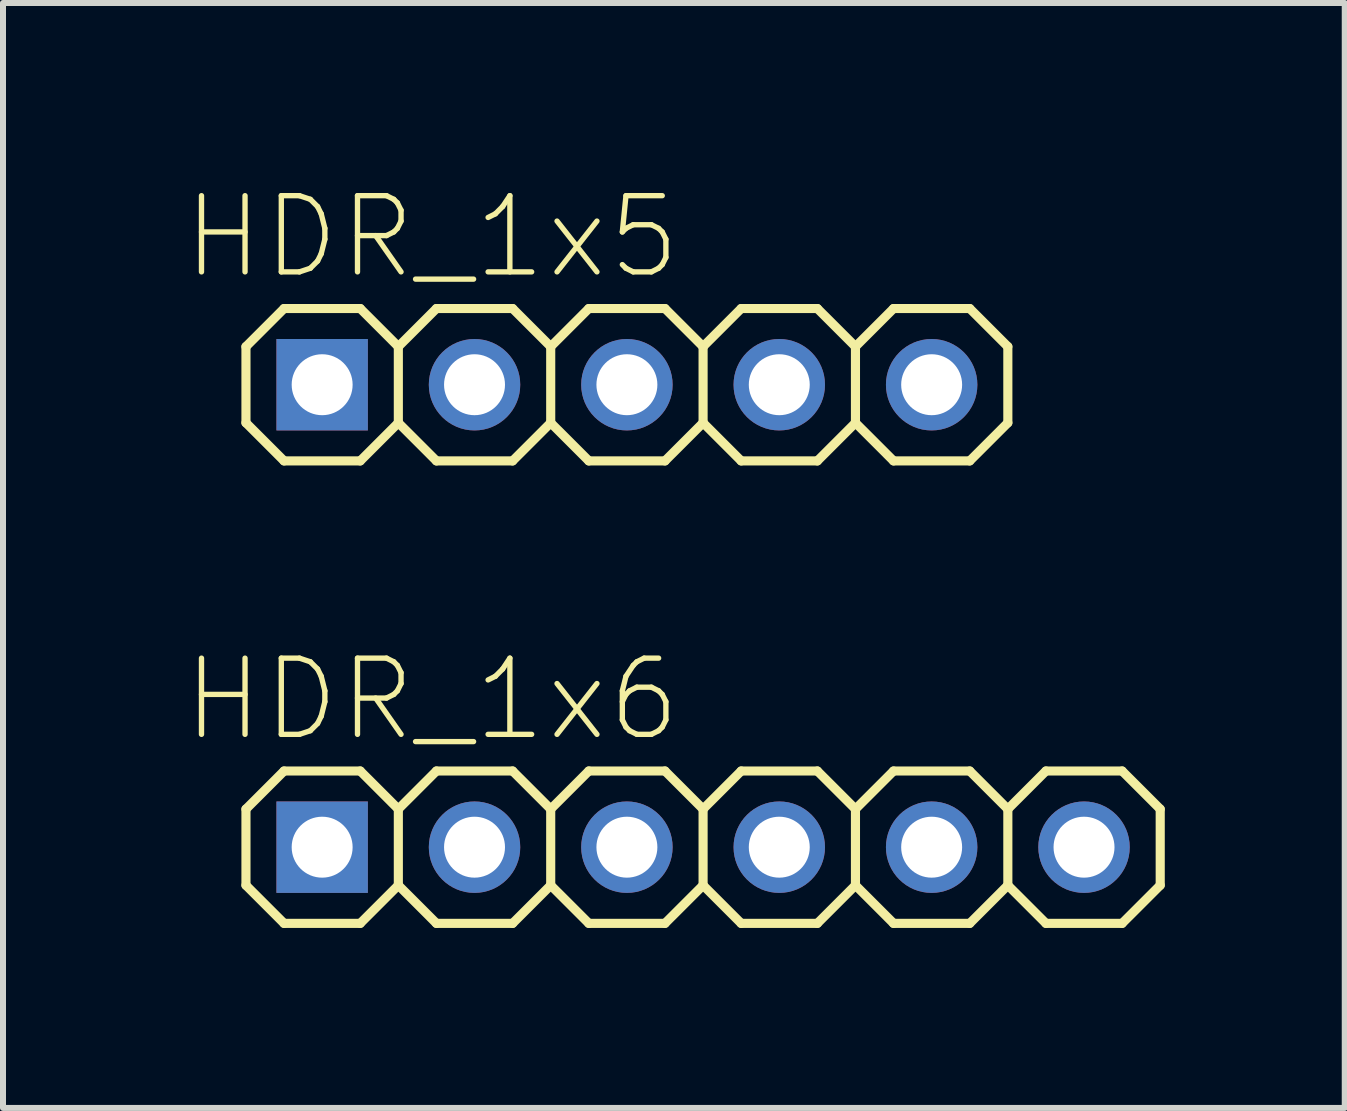
<source format=kicad_pcb>
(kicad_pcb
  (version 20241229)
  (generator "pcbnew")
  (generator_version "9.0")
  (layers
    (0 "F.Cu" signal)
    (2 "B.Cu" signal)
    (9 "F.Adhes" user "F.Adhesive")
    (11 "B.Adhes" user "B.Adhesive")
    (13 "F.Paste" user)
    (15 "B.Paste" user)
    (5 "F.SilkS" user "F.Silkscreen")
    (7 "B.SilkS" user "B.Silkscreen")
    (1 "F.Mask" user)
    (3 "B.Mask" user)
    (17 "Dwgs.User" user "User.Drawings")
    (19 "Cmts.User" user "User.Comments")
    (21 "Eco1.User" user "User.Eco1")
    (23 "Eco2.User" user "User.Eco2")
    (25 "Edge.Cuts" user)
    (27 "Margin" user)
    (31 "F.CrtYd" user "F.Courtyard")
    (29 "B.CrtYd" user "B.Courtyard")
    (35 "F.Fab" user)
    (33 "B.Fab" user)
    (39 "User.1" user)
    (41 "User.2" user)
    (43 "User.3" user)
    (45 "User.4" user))
  (footprint "HDR_1x5"
    (layer "F.Cu")
    (at 7.4 3.363)
    (property "Reference" "HDR_1x5" (at -3.251 -2.464 0) (layer "F.SilkS") (effects (font (size 1.27 1.27) (thickness 0.089))))
    (attr exclude_from_pos_files exclude_from_bom)
    (fp_line (start -6.35 -0.635) (end -6.35 0.635) (stroke (width 0.152) (type solid)) (layer "F.SilkS"))
    (fp_line (start -6.35 0.635) (end -5.715 1.27) (stroke (width 0.152) (type solid)) (layer "F.SilkS"))
    (fp_line (start -5.715 -1.27) (end -6.35 -0.635) (stroke (width 0.152) (type solid)) (layer "F.SilkS"))
    (fp_line (start -5.715 -1.27) (end -4.445 -1.27) (stroke (width 0.152) (type solid)) (layer "F.SilkS"))
    (fp_line (start -4.445 -1.27) (end -3.81 -0.635) (stroke (width 0.152) (type solid)) (layer "F.SilkS"))
    (fp_line (start -4.445 1.27) (end -5.715 1.27) (stroke (width 0.152) (type solid)) (layer "F.SilkS"))
    (fp_line (start -3.81 -0.635) (end -3.81 0.635) (stroke (width 0.152) (type solid)) (layer "F.SilkS"))
    (fp_line (start -3.81 -0.635) (end -3.175 -1.27) (stroke (width 0.152) (type solid)) (layer "F.SilkS"))
    (fp_line (start -3.81 0.635) (end -4.445 1.27) (stroke (width 0.152) (type solid)) (layer "F.SilkS"))
    (fp_line (start -3.175 -1.27) (end -1.905 -1.27) (stroke (width 0.152) (type solid)) (layer "F.SilkS"))
    (fp_line (start -3.175 1.27) (end -3.81 0.635) (stroke (width 0.152) (type solid)) (layer "F.SilkS"))
    (fp_line (start -1.905 -1.27) (end -1.27 -0.635) (stroke (width 0.152) (type solid)) (layer "F.SilkS"))
    (fp_line (start -1.905 1.27) (end -3.175 1.27) (stroke (width 0.152) (type solid)) (layer "F.SilkS"))
    (fp_line (start -1.27 -0.635) (end -1.27 0.635) (stroke (width 0.152) (type solid)) (layer "F.SilkS"))
    (fp_line (start -1.27 -0.635) (end -0.635 -1.27) (stroke (width 0.152) (type solid)) (layer "F.SilkS"))
    (fp_line (start -1.27 0.635) (end -1.905 1.27) (stroke (width 0.152) (type solid)) (layer "F.SilkS"))
    (fp_line (start -0.635 -1.27) (end 0.635 -1.27) (stroke (width 0.152) (type solid)) (layer "F.SilkS"))
    (fp_line (start -0.635 1.27) (end -1.27 0.635) (stroke (width 0.152) (type solid)) (layer "F.SilkS"))
    (fp_line (start 0.635 -1.27) (end 1.27 -0.635) (stroke (width 0.152) (type solid)) (layer "F.SilkS"))
    (fp_line (start 0.635 1.27) (end -0.635 1.27) (stroke (width 0.152) (type solid)) (layer "F.SilkS"))
    (fp_line (start 1.27 -0.635) (end 1.27 0.635) (stroke (width 0.152) (type solid)) (layer "F.SilkS"))
    (fp_line (start 1.27 0.635) (end 0.635 1.27) (stroke (width 0.152) (type solid)) (layer "F.SilkS"))
    (fp_line (start 1.27 0.635) (end 1.905 1.27) (stroke (width 0.152) (type solid)) (layer "F.SilkS"))
    (fp_line (start 1.905 -1.27) (end 1.27 -0.635) (stroke (width 0.152) (type solid)) (layer "F.SilkS"))
    (fp_line (start 1.905 -1.27) (end 3.175 -1.27) (stroke (width 0.152) (type solid)) (layer "F.SilkS"))
    (fp_line (start 3.175 -1.27) (end 3.81 -0.635) (stroke (width 0.152) (type solid)) (layer "F.SilkS"))
    (fp_line (start 3.175 1.27) (end 1.905 1.27) (stroke (width 0.152) (type solid)) (layer "F.SilkS"))
    (fp_line (start 3.81 -0.635) (end 3.81 0.635) (stroke (width 0.152) (type solid)) (layer "F.SilkS"))
    (fp_line (start 3.81 -0.635) (end 4.445 -1.27) (stroke (width 0.152) (type solid)) (layer "F.SilkS"))
    (fp_line (start 3.81 0.635) (end 3.175 1.27) (stroke (width 0.152) (type solid)) (layer "F.SilkS"))
    (fp_line (start 4.445 -1.27) (end 5.715 -1.27) (stroke (width 0.152) (type solid)) (layer "F.SilkS"))
    (fp_line (start 4.445 1.27) (end 3.81 0.635) (stroke (width 0.152) (type solid)) (layer "F.SilkS"))
    (fp_line (start 5.715 -1.27) (end 6.35 -0.635) (stroke (width 0.152) (type solid)) (layer "F.SilkS"))
    (fp_line (start 5.715 1.27) (end 4.445 1.27) (stroke (width 0.152) (type solid)) (layer "F.SilkS"))
    (fp_line (start 6.35 -0.635) (end 6.35 0.635) (stroke (width 0.152) (type solid)) (layer "F.SilkS"))
    (fp_line (start 6.35 0.635) (end 5.715 1.27) (stroke (width 0.152) (type solid)) (layer "F.SilkS"))
    (fp_line (start -5.334 -0.254) (end -4.826 -0.254) (stroke (width 0.066) (type solid)) (layer "F.Fab"))
    (fp_line (start -5.334 0.254) (end -5.334 -0.254) (stroke (width 0.066) (type solid)) (layer "F.Fab"))
    (fp_line (start -5.334 0.254) (end -4.826 0.254) (stroke (width 0.066) (type solid)) (layer "F.Fab"))
    (fp_line (start -4.826 0.254) (end -4.826 -0.254) (stroke (width 0.066) (type solid)) (layer "F.Fab"))
    (fp_line (start -2.794 -0.254) (end -2.286 -0.254) (stroke (width 0.066) (type solid)) (layer "F.Fab"))
    (fp_line (start -2.794 0.254) (end -2.794 -0.254) (stroke (width 0.066) (type solid)) (layer "F.Fab"))
    (fp_line (start -2.794 0.254) (end -2.286 0.254) (stroke (width 0.066) (type solid)) (layer "F.Fab"))
    (fp_line (start -2.286 0.254) (end -2.286 -0.254) (stroke (width 0.066) (type solid)) (layer "F.Fab"))
    (fp_line (start -0.254 -0.254) (end 0.254 -0.254) (stroke (width 0.066) (type solid)) (layer "F.Fab"))
    (fp_line (start -0.254 0.254) (end -0.254 -0.254) (stroke (width 0.066) (type solid)) (layer "F.Fab"))
    (fp_line (start -0.254 0.254) (end 0.254 0.254) (stroke (width 0.066) (type solid)) (layer "F.Fab"))
    (fp_line (start 0.254 0.254) (end 0.254 -0.254) (stroke (width 0.066) (type solid)) (layer "F.Fab"))
    (fp_line (start 2.286 -0.254) (end 2.794 -0.254) (stroke (width 0.066) (type solid)) (layer "F.Fab"))
    (fp_line (start 2.286 0.254) (end 2.286 -0.254) (stroke (width 0.066) (type solid)) (layer "F.Fab"))
    (fp_line (start 2.286 0.254) (end 2.794 0.254) (stroke (width 0.066) (type solid)) (layer "F.Fab"))
    (fp_line (start 2.794 0.254) (end 2.794 -0.254) (stroke (width 0.066) (type solid)) (layer "F.Fab"))
    (fp_line (start 4.826 -0.254) (end 5.334 -0.254) (stroke (width 0.066) (type solid)) (layer "F.Fab"))
    (fp_line (start 4.826 0.254) (end 4.826 -0.254) (stroke (width 0.066) (type solid)) (layer "F.Fab"))
    (fp_line (start 4.826 0.254) (end 5.334 0.254) (stroke (width 0.066) (type solid)) (layer "F.Fab"))
    (fp_line (start 5.334 0.254) (end 5.334 -0.254) (stroke (width 0.066) (type solid)) (layer "F.Fab"))
    (pad "1" thru_hole rect (at -5.08 0) (size 1.524 1.524) (drill 1.016) (layers "*.Cu" "*.Mask"))
    (pad "2" thru_hole circle (at -2.54 0) (size 1.524 1.524) (drill 1.016) (layers "*.Cu" "*.Mask"))
    (pad "3" thru_hole circle (at 0 0) (size 1.524 1.524) (drill 1.016) (layers "*.Cu" "*.Mask"))
    (pad "4" thru_hole circle (at 2.54 0) (size 1.524 1.524) (drill 1.016) (layers "*.Cu" "*.Mask"))
    (pad "5" thru_hole circle (at 5.08 0) (size 1.524 1.524) (drill 1.016) (layers "*.Cu" "*.Mask")))
  (footprint "HDR_1x6"
    (layer "F.Cu")
    (at 8.67 11.072)
    (property "Reference" "HDR_1x6" (at -4.521 -2.464 0) (layer "F.SilkS") (effects (font (size 1.27 1.27) (thickness 0.089))))
    (attr exclude_from_pos_files exclude_from_bom)
    (fp_line (start -7.62 -0.635) (end -7.62 0.635) (stroke (width 0.152) (type solid)) (layer "F.SilkS"))
    (fp_line (start -7.62 0.635) (end -6.985 1.27) (stroke (width 0.152) (type solid)) (layer "F.SilkS"))
    (fp_line (start -6.985 -1.27) (end -7.62 -0.635) (stroke (width 0.152) (type solid)) (layer "F.SilkS"))
    (fp_line (start -6.985 -1.27) (end -5.715 -1.27) (stroke (width 0.152) (type solid)) (layer "F.SilkS"))
    (fp_line (start -5.715 -1.27) (end -5.08 -0.635) (stroke (width 0.152) (type solid)) (layer "F.SilkS"))
    (fp_line (start -5.715 1.27) (end -6.985 1.27) (stroke (width 0.152) (type solid)) (layer "F.SilkS"))
    (fp_line (start -5.08 -0.635) (end -5.08 0.635) (stroke (width 0.152) (type solid)) (layer "F.SilkS"))
    (fp_line (start -5.08 -0.635) (end -4.445 -1.27) (stroke (width 0.152) (type solid)) (layer "F.SilkS"))
    (fp_line (start -5.08 0.635) (end -5.715 1.27) (stroke (width 0.152) (type solid)) (layer "F.SilkS"))
    (fp_line (start -4.445 -1.27) (end -3.175 -1.27) (stroke (width 0.152) (type solid)) (layer "F.SilkS"))
    (fp_line (start -4.445 1.27) (end -5.08 0.635) (stroke (width 0.152) (type solid)) (layer "F.SilkS"))
    (fp_line (start -3.175 -1.27) (end -2.54 -0.635) (stroke (width 0.152) (type solid)) (layer "F.SilkS"))
    (fp_line (start -3.175 1.27) (end -4.445 1.27) (stroke (width 0.152) (type solid)) (layer "F.SilkS"))
    (fp_line (start -2.54 -0.635) (end -2.54 0.635) (stroke (width 0.152) (type solid)) (layer "F.SilkS"))
    (fp_line (start -2.54 -0.635) (end -1.905 -1.27) (stroke (width 0.152) (type solid)) (layer "F.SilkS"))
    (fp_line (start -2.54 0.635) (end -3.175 1.27) (stroke (width 0.152) (type solid)) (layer "F.SilkS"))
    (fp_line (start -1.905 -1.27) (end -0.635 -1.27) (stroke (width 0.152) (type solid)) (layer "F.SilkS"))
    (fp_line (start -1.905 1.27) (end -2.54 0.635) (stroke (width 0.152) (type solid)) (layer "F.SilkS"))
    (fp_line (start -0.635 -1.27) (end 0 -0.635) (stroke (width 0.152) (type solid)) (layer "F.SilkS"))
    (fp_line (start -0.635 1.27) (end -1.905 1.27) (stroke (width 0.152) (type solid)) (layer "F.SilkS"))
    (fp_line (start 0 -0.635) (end 0 0.635) (stroke (width 0.152) (type solid)) (layer "F.SilkS"))
    (fp_line (start 0 0.635) (end -0.635 1.27) (stroke (width 0.152) (type solid)) (layer "F.SilkS"))
    (fp_line (start 0 0.635) (end 0.635 1.27) (stroke (width 0.152) (type solid)) (layer "F.SilkS"))
    (fp_line (start 0.635 -1.27) (end 0 -0.635) (stroke (width 0.152) (type solid)) (layer "F.SilkS"))
    (fp_line (start 0.635 -1.27) (end 1.905 -1.27) (stroke (width 0.152) (type solid)) (layer "F.SilkS"))
    (fp_line (start 1.905 -1.27) (end 2.54 -0.635) (stroke (width 0.152) (type solid)) (layer "F.SilkS"))
    (fp_line (start 1.905 1.27) (end 0.635 1.27) (stroke (width 0.152) (type solid)) (layer "F.SilkS"))
    (fp_line (start 2.54 -0.635) (end 2.54 0.635) (stroke (width 0.152) (type solid)) (layer "F.SilkS"))
    (fp_line (start 2.54 -0.635) (end 3.175 -1.27) (stroke (width 0.152) (type solid)) (layer "F.SilkS"))
    (fp_line (start 2.54 0.635) (end 1.905 1.27) (stroke (width 0.152) (type solid)) (layer "F.SilkS"))
    (fp_line (start 3.175 -1.27) (end 4.445 -1.27) (stroke (width 0.152) (type solid)) (layer "F.SilkS"))
    (fp_line (start 3.175 1.27) (end 2.54 0.635) (stroke (width 0.152) (type solid)) (layer "F.SilkS"))
    (fp_line (start 4.445 -1.27) (end 5.08 -0.635) (stroke (width 0.152) (type solid)) (layer "F.SilkS"))
    (fp_line (start 4.445 1.27) (end 3.175 1.27) (stroke (width 0.152) (type solid)) (layer "F.SilkS"))
    (fp_line (start 5.08 -0.635) (end 5.08 0.635) (stroke (width 0.152) (type solid)) (layer "F.SilkS"))
    (fp_line (start 5.08 -0.635) (end 5.715 -1.27) (stroke (width 0.152) (type solid)) (layer "F.SilkS"))
    (fp_line (start 5.08 0.635) (end 4.445 1.27) (stroke (width 0.152) (type solid)) (layer "F.SilkS"))
    (fp_line (start 5.715 -1.27) (end 6.985 -1.27) (stroke (width 0.152) (type solid)) (layer "F.SilkS"))
    (fp_line (start 5.715 1.27) (end 5.08 0.635) (stroke (width 0.152) (type solid)) (layer "F.SilkS"))
    (fp_line (start 6.985 -1.27) (end 7.62 -0.635) (stroke (width 0.152) (type solid)) (layer "F.SilkS"))
    (fp_line (start 6.985 1.27) (end 5.715 1.27) (stroke (width 0.152) (type solid)) (layer "F.SilkS"))
    (fp_line (start 7.62 -0.635) (end 7.62 0.635) (stroke (width 0.152) (type solid)) (layer "F.SilkS"))
    (fp_line (start 7.62 0.635) (end 6.985 1.27) (stroke (width 0.152) (type solid)) (layer "F.SilkS"))
    (fp_line (start -6.604 -0.254) (end -6.096 -0.254) (stroke (width 0.066) (type solid)) (layer "F.Fab"))
    (fp_line (start -6.604 0.254) (end -6.604 -0.254) (stroke (width 0.066) (type solid)) (layer "F.Fab"))
    (fp_line (start -6.604 0.254) (end -6.096 0.254) (stroke (width 0.066) (type solid)) (layer "F.Fab"))
    (fp_line (start -6.096 0.254) (end -6.096 -0.254) (stroke (width 0.066) (type solid)) (layer "F.Fab"))
    (fp_line (start -4.064 -0.254) (end -3.556 -0.254) (stroke (width 0.066) (type solid)) (layer "F.Fab"))
    (fp_line (start -4.064 0.254) (end -4.064 -0.254) (stroke (width 0.066) (type solid)) (layer "F.Fab"))
    (fp_line (start -4.064 0.254) (end -3.556 0.254) (stroke (width 0.066) (type solid)) (layer "F.Fab"))
    (fp_line (start -3.556 0.254) (end -3.556 -0.254) (stroke (width 0.066) (type solid)) (layer "F.Fab"))
    (fp_line (start -1.524 -0.254) (end -1.016 -0.254) (stroke (width 0.066) (type solid)) (layer "F.Fab"))
    (fp_line (start -1.524 0.254) (end -1.524 -0.254) (stroke (width 0.066) (type solid)) (layer "F.Fab"))
    (fp_line (start -1.524 0.254) (end -1.016 0.254) (stroke (width 0.066) (type solid)) (layer "F.Fab"))
    (fp_line (start -1.016 0.254) (end -1.016 -0.254) (stroke (width 0.066) (type solid)) (layer "F.Fab"))
    (fp_line (start 1.016 -0.254) (end 1.524 -0.254) (stroke (width 0.066) (type solid)) (layer "F.Fab"))
    (fp_line (start 1.016 0.254) (end 1.016 -0.254) (stroke (width 0.066) (type solid)) (layer "F.Fab"))
    (fp_line (start 1.016 0.254) (end 1.524 0.254) (stroke (width 0.066) (type solid)) (layer "F.Fab"))
    (fp_line (start 1.524 0.254) (end 1.524 -0.254) (stroke (width 0.066) (type solid)) (layer "F.Fab"))
    (fp_line (start 3.556 -0.254) (end 4.064 -0.254) (stroke (width 0.066) (type solid)) (layer "F.Fab"))
    (fp_line (start 3.556 0.254) (end 3.556 -0.254) (stroke (width 0.066) (type solid)) (layer "F.Fab"))
    (fp_line (start 3.556 0.254) (end 4.064 0.254) (stroke (width 0.066) (type solid)) (layer "F.Fab"))
    (fp_line (start 4.064 0.254) (end 4.064 -0.254) (stroke (width 0.066) (type solid)) (layer "F.Fab"))
    (fp_line (start 6.096 -0.254) (end 6.604 -0.254) (stroke (width 0.066) (type solid)) (layer "F.Fab"))
    (fp_line (start 6.096 0.254) (end 6.096 -0.254) (stroke (width 0.066) (type solid)) (layer "F.Fab"))
    (fp_line (start 6.096 0.254) (end 6.604 0.254) (stroke (width 0.066) (type solid)) (layer "F.Fab"))
    (fp_line (start 6.604 0.254) (end 6.604 -0.254) (stroke (width 0.066) (type solid)) (layer "F.Fab"))
    (pad "1" thru_hole rect (at -6.35 0) (size 1.524 1.524) (drill 1.016) (layers "*.Cu" "*.Mask"))
    (pad "2" thru_hole circle (at -3.81 0) (size 1.524 1.524) (drill 1.016) (layers "*.Cu" "*.Mask"))
    (pad "3" thru_hole circle (at -1.27 0) (size 1.524 1.524) (drill 1.016) (layers "*.Cu" "*.Mask"))
    (pad "4" thru_hole circle (at 1.27 0) (size 1.524 1.524) (drill 1.016) (layers "*.Cu" "*.Mask"))
    (pad "5" thru_hole circle (at 3.81 0) (size 1.524 1.524) (drill 1.016) (layers "*.Cu" "*.Mask"))
    (pad "6" thru_hole circle (at 6.35 0) (size 1.524 1.524) (drill 1.016) (layers "*.Cu" "*.Mask")))
  (gr_rect
    (start -3 -3)
    (end 19.366 15.418)
    (stroke (width 0.1) (type default))
    (fill no)
    (layer "Edge.Cuts")))
</source>
